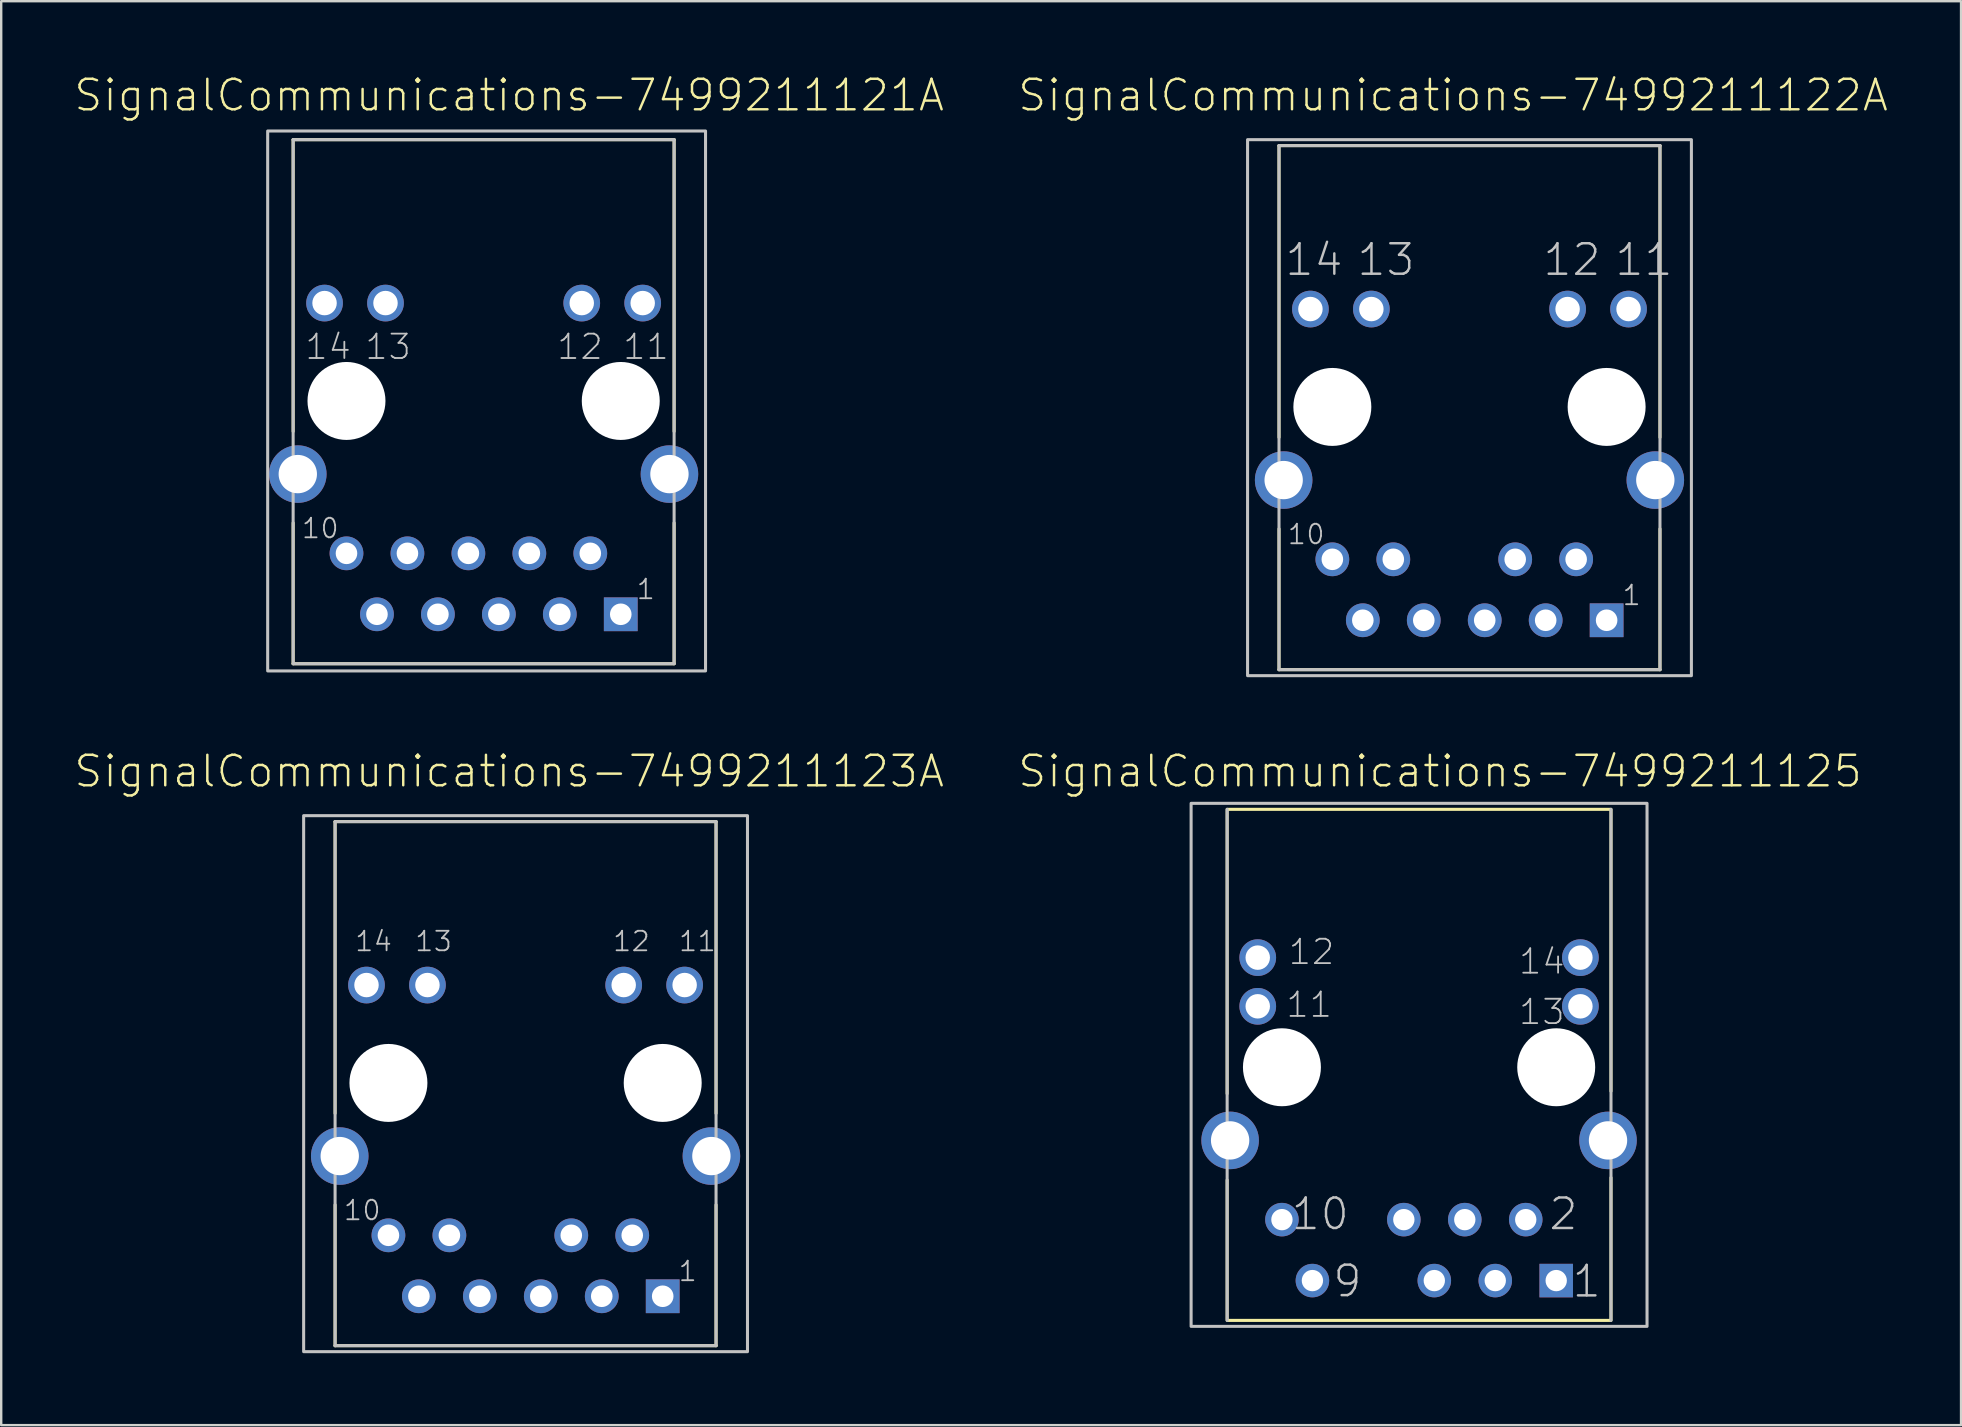
<source format=kicad_pcb>
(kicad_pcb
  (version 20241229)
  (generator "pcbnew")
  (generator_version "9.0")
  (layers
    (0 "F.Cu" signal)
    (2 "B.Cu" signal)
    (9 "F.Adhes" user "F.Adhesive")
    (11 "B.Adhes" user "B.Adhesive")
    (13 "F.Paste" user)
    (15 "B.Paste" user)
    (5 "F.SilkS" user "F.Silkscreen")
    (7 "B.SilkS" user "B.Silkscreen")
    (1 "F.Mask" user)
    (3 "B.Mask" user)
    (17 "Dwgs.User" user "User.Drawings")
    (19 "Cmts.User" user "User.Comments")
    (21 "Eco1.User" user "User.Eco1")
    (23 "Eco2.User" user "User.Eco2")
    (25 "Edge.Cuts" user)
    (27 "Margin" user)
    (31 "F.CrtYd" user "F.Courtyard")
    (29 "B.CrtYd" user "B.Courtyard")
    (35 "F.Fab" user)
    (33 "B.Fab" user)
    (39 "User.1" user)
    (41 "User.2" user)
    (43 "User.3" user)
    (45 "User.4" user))
  (footprint "SignalCommunications-7499211121A"
    (layer "F.Cu")
    (at 17.104 13.659)
    (property "Reference" "SignalCommunications-7499211121A" (at 1.064 -12.738 0) (layer "F.SilkS") (effects (font (size 1.27 1.27) (thickness 0.102))))
    (attr exclude_from_pos_files exclude_from_bom)
    (fp_line (start -7.938 1.27) (end -7.938 -10.889) (stroke (width 0.127) (type solid)) (layer "F.SilkS"))
    (fp_line (start -7.938 10.95) (end -7.938 5.08) (stroke (width 0.127) (type solid)) (layer "F.SilkS"))
    (fp_line (start -7.938 10.95) (end 7.938 10.95) (stroke (width 0.127) (type solid)) (layer "F.SilkS"))
    (fp_line (start 7.938 -10.889) (end -7.938 -10.889) (stroke (width 0.127) (type solid)) (layer "F.SilkS"))
    (fp_line (start 7.938 -10.889) (end 7.938 1.27) (stroke (width 0.127) (type solid)) (layer "F.SilkS"))
    (fp_line (start 7.938 5.08) (end 7.938 10.95) (stroke (width 0.127) (type solid)) (layer "F.SilkS"))
    (fp_line (start -7.938 -10.889) (end -7.938 10.95) (stroke (width 0.127) (type solid)) (layer "Dwgs.User"))
    (fp_line (start -7.938 -10.889) (end 7.938 -10.889) (stroke (width 0.127) (type solid)) (layer "Dwgs.User"))
    (fp_line (start -7.938 10.95) (end 7.938 10.95) (stroke (width 0.127) (type solid)) (layer "Dwgs.User"))
    (fp_line (start 7.938 10.95) (end 7.938 -10.889) (stroke (width 0.127) (type solid)) (layer "Dwgs.User"))
    (fp_poly (pts (xy -8.999 -11.25) (xy 9.248 -11.25) (xy 9.248 11.25) (xy -8.999 11.25) (xy -8.999 -11.25)) (stroke (width 0.127) (type solid)) (fill no) (layer "Dwgs.User"))
    (fp_text user "10" (at -6.807 5.309 0) (layer "Dwgs.User") (effects (font (size 0.813 0.813) (thickness 0.076))))
    (fp_text user "14" (at -6.482 -2.256 0) (layer "Dwgs.User") (effects (font (size 1.016 1.016) (thickness 0.076))))
    (fp_text user "12" (at 4.016 -2.256 0) (layer "Dwgs.User") (effects (font (size 1.016 1.016) (thickness 0.076))))
    (fp_text user "13" (at -3.983 -2.256 0) (layer "Dwgs.User") (effects (font (size 1.016 1.016) (thickness 0.076))))
    (fp_text user "11" (at 6.764 -2.256 0) (layer "Dwgs.User") (effects (font (size 1.016 1.016) (thickness 0.076))))
    (fp_text user "1" (at 6.756 7.849 0) (layer "Dwgs.User") (effects (font (size 0.813 0.813) (thickness 0.076))))
    (pad "" np_thru_hole circle (at -5.715 0) (size 3.249 3.249) (drill 3.249) (layers "*.Cu" "*.Mask"))
    (pad "" np_thru_hole circle (at 5.715 0) (size 3.249 3.249) (drill 3.249) (layers "*.Cu" "*.Mask"))
    (pad "1" thru_hole rect (at 5.715 8.89) (size 1.407 1.407) (drill 0.899) (layers "*.Cu" "*.Paste" "*.Mask"))
    (pad "2" thru_hole circle (at 4.445 6.35) (size 1.407 1.407) (drill 0.899) (layers "*.Cu" "*.Paste" "*.Mask"))
    (pad "3" thru_hole circle (at 3.175 8.89) (size 1.407 1.407) (drill 0.899) (layers "*.Cu" "*.Paste" "*.Mask"))
    (pad "4" thru_hole circle (at 1.905 6.35) (size 1.407 1.407) (drill 0.899) (layers "*.Cu" "*.Paste" "*.Mask"))
    (pad "5" thru_hole circle (at 0.635 8.89) (size 1.407 1.407) (drill 0.899) (layers "*.Cu" "*.Paste" "*.Mask"))
    (pad "6" thru_hole circle (at -0.635 6.35) (size 1.407 1.407) (drill 0.899) (layers "*.Cu" "*.Paste" "*.Mask"))
    (pad "7" thru_hole circle (at -1.905 8.89) (size 1.407 1.407) (drill 0.899) (layers "*.Cu" "*.Paste" "*.Mask"))
    (pad "8" thru_hole circle (at -3.175 6.35) (size 1.407 1.407) (drill 0.899) (layers "*.Cu" "*.Paste" "*.Mask"))
    (pad "9" thru_hole circle (at -4.445 8.89) (size 1.407 1.407) (drill 0.899) (layers "*.Cu" "*.Paste" "*.Mask"))
    (pad "10" thru_hole circle (at -5.715 6.35) (size 1.407 1.407) (drill 0.899) (layers "*.Cu" "*.Paste" "*.Mask"))
    (pad "11" thru_hole circle (at 6.629 -4.079) (size 1.529 1.529) (drill 1.019) (layers "*.Cu" "*.Paste" "*.Mask"))
    (pad "12" thru_hole circle (at 4.089 -4.079) (size 1.529 1.529) (drill 1.019) (layers "*.Cu" "*.Paste" "*.Mask"))
    (pad "13" thru_hole circle (at -4.089 -4.079) (size 1.529 1.529) (drill 1.019) (layers "*.Cu" "*.Paste" "*.Mask"))
    (pad "14" thru_hole circle (at -6.629 -4.079) (size 1.529 1.529) (drill 1.019) (layers "*.Cu" "*.Paste" "*.Mask"))
    (pad "Z1" thru_hole circle (at -7.744 3.048) (size 2.398 2.398) (drill 1.598) (layers "*.Cu" "*.Paste" "*.Mask"))
    (pad "Z2" thru_hole circle (at 7.744 3.048) (size 2.398 2.398) (drill 1.598) (layers "*.Cu" "*.Paste" "*.Mask")))
  (footprint "SignalCommunications-7499211122A"
    (layer "F.Cu")
    (at 58.188 13.908)
    (property "Reference" "SignalCommunications-7499211122A" (at -0.683 -12.987 0) (layer "F.SilkS") (effects (font (size 1.27 1.27) (thickness 0.102))))
    (attr exclude_from_pos_files exclude_from_bom)
    (fp_line (start -7.938 1.27) (end -7.938 -10.889) (stroke (width 0.127) (type solid)) (layer "F.SilkS"))
    (fp_line (start -7.938 10.95) (end -7.938 5.08) (stroke (width 0.127) (type solid)) (layer "F.SilkS"))
    (fp_line (start -7.938 10.95) (end 7.938 10.95) (stroke (width 0.127) (type solid)) (layer "F.SilkS"))
    (fp_line (start 7.938 -10.889) (end -7.938 -10.889) (stroke (width 0.127) (type solid)) (layer "F.SilkS"))
    (fp_line (start 7.938 -10.889) (end 7.938 1.27) (stroke (width 0.127) (type solid)) (layer "F.SilkS"))
    (fp_line (start 7.938 5.08) (end 7.938 10.95) (stroke (width 0.127) (type solid)) (layer "F.SilkS"))
    (fp_line (start -7.938 -10.889) (end -7.938 10.95) (stroke (width 0.127) (type solid)) (layer "Dwgs.User"))
    (fp_line (start -7.938 -10.889) (end 7.938 -10.889) (stroke (width 0.127) (type solid)) (layer "Dwgs.User"))
    (fp_line (start -7.938 10.95) (end 7.938 10.95) (stroke (width 0.127) (type solid)) (layer "Dwgs.User"))
    (fp_line (start 7.938 10.95) (end 7.938 -10.889) (stroke (width 0.127) (type solid)) (layer "Dwgs.User"))
    (fp_poly (pts (xy -9.248 -11.138) (xy 9.248 -11.138) (xy 9.248 11.199) (xy -9.248 11.199) (xy -9.248 -11.138)) (stroke (width 0.127) (type solid)) (fill no) (layer "Dwgs.User"))
    (fp_text user "10" (at -6.807 5.309 0) (layer "Dwgs.User") (effects (font (size 0.813 0.813) (thickness 0.076))))
    (fp_text user "11" (at 7.269 -6.134 0) (layer "Dwgs.User") (effects (font (size 1.27 1.27) (thickness 0.102))))
    (fp_text user "1" (at 6.756 7.849 0) (layer "Dwgs.User") (effects (font (size 0.813 0.813) (thickness 0.076))))
    (fp_text user "12" (at 4.27 -6.134 0) (layer "Dwgs.User") (effects (font (size 1.27 1.27) (thickness 0.102))))
    (fp_text user "13" (at -3.48 -6.134 0) (layer "Dwgs.User") (effects (font (size 1.27 1.27) (thickness 0.102))))
    (fp_text user "14" (at -6.48 -6.134 0) (layer "Dwgs.User") (effects (font (size 1.27 1.27) (thickness 0.102))))
    (pad "" np_thru_hole circle (at -5.715 0) (size 3.249 3.249) (drill 3.249) (layers "*.Cu" "*.Mask"))
    (pad "" np_thru_hole circle (at 5.715 0) (size 3.249 3.249) (drill 3.249) (layers "*.Cu" "*.Mask"))
    (pad "1" thru_hole rect (at 5.715 8.89) (size 1.407 1.407) (drill 0.899) (layers "*.Cu" "*.Paste" "*.Mask"))
    (pad "2" thru_hole circle (at 4.445 6.35) (size 1.407 1.407) (drill 0.899) (layers "*.Cu" "*.Paste" "*.Mask"))
    (pad "3" thru_hole circle (at 3.175 8.89) (size 1.407 1.407) (drill 0.899) (layers "*.Cu" "*.Paste" "*.Mask"))
    (pad "4" thru_hole circle (at 1.905 6.35) (size 1.407 1.407) (drill 0.899) (layers "*.Cu" "*.Paste" "*.Mask"))
    (pad "5" thru_hole circle (at 0.635 8.89) (size 1.407 1.407) (drill 0.899) (layers "*.Cu" "*.Paste" "*.Mask"))
    (pad "7" thru_hole circle (at -1.905 8.89) (size 1.407 1.407) (drill 0.899) (layers "*.Cu" "*.Paste" "*.Mask"))
    (pad "8" thru_hole circle (at -3.175 6.35) (size 1.407 1.407) (drill 0.899) (layers "*.Cu" "*.Paste" "*.Mask"))
    (pad "9" thru_hole circle (at -4.445 8.89) (size 1.407 1.407) (drill 0.899) (layers "*.Cu" "*.Paste" "*.Mask"))
    (pad "10" thru_hole circle (at -5.715 6.35) (size 1.407 1.407) (drill 0.899) (layers "*.Cu" "*.Paste" "*.Mask"))
    (pad "11" thru_hole circle (at 6.629 -4.079) (size 1.529 1.529) (drill 1.019) (layers "*.Cu" "*.Paste" "*.Mask"))
    (pad "12" thru_hole circle (at 4.089 -4.079) (size 1.529 1.529) (drill 1.019) (layers "*.Cu" "*.Paste" "*.Mask"))
    (pad "13" thru_hole circle (at -4.089 -4.079) (size 1.529 1.529) (drill 1.019) (layers "*.Cu" "*.Paste" "*.Mask"))
    (pad "14" thru_hole circle (at -6.629 -4.079) (size 1.529 1.529) (drill 1.019) (layers "*.Cu" "*.Paste" "*.Mask"))
    (pad "Z1" thru_hole circle (at -7.744 3.048) (size 2.398 2.398) (drill 1.598) (layers "*.Cu" "*.Paste" "*.Mask"))
    (pad "Z2" thru_hole circle (at 7.744 3.048) (size 2.398 2.398) (drill 1.598) (layers "*.Cu" "*.Paste" "*.Mask")))
  (footprint "SignalCommunications-7499211123A"
    (layer "F.Cu")
    (at 18.852 42.079)
    (property "Reference" "SignalCommunications-7499211123A" (at -0.683 -12.987 0) (layer "F.SilkS") (effects (font (size 1.27 1.27) (thickness 0.102))))
    (attr exclude_from_pos_files exclude_from_bom)
    (fp_line (start -7.938 1.27) (end -7.938 -10.889) (stroke (width 0.127) (type solid)) (layer "F.SilkS"))
    (fp_line (start -7.938 10.95) (end -7.938 5.08) (stroke (width 0.127) (type solid)) (layer "F.SilkS"))
    (fp_line (start -7.938 10.95) (end 7.938 10.95) (stroke (width 0.127) (type solid)) (layer "F.SilkS"))
    (fp_line (start 7.938 -10.889) (end -7.938 -10.889) (stroke (width 0.127) (type solid)) (layer "F.SilkS"))
    (fp_line (start 7.938 -10.889) (end 7.938 1.27) (stroke (width 0.127) (type solid)) (layer "F.SilkS"))
    (fp_line (start 7.938 5.08) (end 7.938 10.95) (stroke (width 0.127) (type solid)) (layer "F.SilkS"))
    (fp_line (start -7.938 -10.889) (end -7.938 10.95) (stroke (width 0.127) (type solid)) (layer "Dwgs.User"))
    (fp_line (start -7.938 -10.889) (end 7.938 -10.889) (stroke (width 0.127) (type solid)) (layer "Dwgs.User"))
    (fp_line (start -7.938 10.95) (end 7.938 10.95) (stroke (width 0.127) (type solid)) (layer "Dwgs.User"))
    (fp_line (start 7.938 10.95) (end 7.938 -10.889) (stroke (width 0.127) (type solid)) (layer "Dwgs.User"))
    (fp_poly (pts (xy -9.248 -11.138) (xy 9.248 -11.138) (xy 9.248 11.199) (xy -9.248 11.199) (xy -9.248 -11.138)) (stroke (width 0.127) (type solid)) (fill no) (layer "Dwgs.User"))
    (fp_text user "14" (at -6.335 -5.9 0) (layer "Dwgs.User") (effects (font (size 0.813 0.813) (thickness 0.076))))
    (fp_text user "13" (at -3.835 -5.9 0) (layer "Dwgs.User") (effects (font (size 0.813 0.813) (thickness 0.076))))
    (fp_text user "12" (at 4.412 -5.9 0) (layer "Dwgs.User") (effects (font (size 0.813 0.813) (thickness 0.076))))
    (fp_text user "11" (at 7.16 -5.9 0) (layer "Dwgs.User") (effects (font (size 0.813 0.813) (thickness 0.076))))
    (fp_text user "1" (at 6.756 7.849 0) (layer "Dwgs.User") (effects (font (size 0.813 0.813) (thickness 0.076))))
    (fp_text user "10" (at -6.807 5.309 0) (layer "Dwgs.User") (effects (font (size 0.813 0.813) (thickness 0.076))))
    (pad "" np_thru_hole circle (at -5.715 0) (size 3.249 3.249) (drill 3.249) (layers "*.Cu" "*.Mask"))
    (pad "" np_thru_hole circle (at 5.715 0) (size 3.249 3.249) (drill 3.249) (layers "*.Cu" "*.Mask"))
    (pad "1" thru_hole rect (at 5.715 8.89) (size 1.407 1.407) (drill 0.899) (layers "*.Cu" "*.Paste" "*.Mask"))
    (pad "2" thru_hole circle (at 4.445 6.35) (size 1.407 1.407) (drill 0.899) (layers "*.Cu" "*.Paste" "*.Mask"))
    (pad "3" thru_hole circle (at 3.175 8.89) (size 1.407 1.407) (drill 0.899) (layers "*.Cu" "*.Paste" "*.Mask"))
    (pad "4" thru_hole circle (at 1.905 6.35) (size 1.407 1.407) (drill 0.899) (layers "*.Cu" "*.Paste" "*.Mask"))
    (pad "5" thru_hole circle (at 0.635 8.89) (size 1.407 1.407) (drill 0.899) (layers "*.Cu" "*.Paste" "*.Mask"))
    (pad "7" thru_hole circle (at -1.905 8.89) (size 1.407 1.407) (drill 0.899) (layers "*.Cu" "*.Paste" "*.Mask"))
    (pad "8" thru_hole circle (at -3.175 6.35) (size 1.407 1.407) (drill 0.899) (layers "*.Cu" "*.Paste" "*.Mask"))
    (pad "9" thru_hole circle (at -4.445 8.89) (size 1.407 1.407) (drill 0.899) (layers "*.Cu" "*.Paste" "*.Mask"))
    (pad "10" thru_hole circle (at -5.715 6.35) (size 1.407 1.407) (drill 0.899) (layers "*.Cu" "*.Paste" "*.Mask"))
    (pad "11" thru_hole circle (at 6.629 -4.079) (size 1.529 1.529) (drill 1.019) (layers "*.Cu" "*.Paste" "*.Mask"))
    (pad "12" thru_hole circle (at 4.089 -4.079) (size 1.529 1.529) (drill 1.019) (layers "*.Cu" "*.Paste" "*.Mask"))
    (pad "13" thru_hole circle (at -4.089 -4.079) (size 1.529 1.529) (drill 1.019) (layers "*.Cu" "*.Paste" "*.Mask"))
    (pad "14" thru_hole circle (at -6.629 -4.079) (size 1.529 1.529) (drill 1.019) (layers "*.Cu" "*.Paste" "*.Mask"))
    (pad "Z1" thru_hole circle (at -7.744 3.048) (size 2.398 2.398) (drill 1.598) (layers "*.Cu" "*.Paste" "*.Mask"))
    (pad "Z2" thru_hole circle (at 7.744 3.048) (size 2.398 2.398) (drill 1.598) (layers "*.Cu" "*.Paste" "*.Mask")))
  (footprint "SignalCommunications-7499211125"
    (layer "F.Cu")
    (at 56.087 41.426)
    (property "Reference" "SignalCommunications-7499211125" (at 0.874 -12.334 0) (layer "F.SilkS") (effects (font (size 1.27 1.27) (thickness 0.102))))
    (attr exclude_from_pos_files exclude_from_bom)
    (fp_line (start -7.998 -10.749) (end 7.998 -10.749) (stroke (width 0.127) (type solid)) (layer "F.SilkS"))
    (fp_line (start -7.998 1.1) (end -7.998 -10.698) (stroke (width 0.127) (type solid)) (layer "F.SilkS"))
    (fp_line (start -7.998 10.498) (end -7.998 4.699) (stroke (width 0.127) (type solid)) (layer "F.SilkS"))
    (fp_line (start 7.998 0.998) (end 7.998 -10.698) (stroke (width 0.127) (type solid)) (layer "F.SilkS"))
    (fp_line (start 7.998 10.498) (end 7.998 4.6) (stroke (width 0.127) (type solid)) (layer "F.SilkS"))
    (fp_line (start 7.998 10.549) (end -7.998 10.549) (stroke (width 0.127) (type solid)) (layer "F.SilkS"))
    (fp_line (start -7.998 10.549) (end -7.998 -10.749) (stroke (width 0.127) (type solid)) (layer "Dwgs.User"))
    (fp_line (start 7.998 -10.749) (end 7.998 10.549) (stroke (width 0.127) (type solid)) (layer "Dwgs.User"))
    (fp_poly (pts (xy 9.5 10.798) (xy -9.5 10.798) (xy -9.5 -10.998) (xy 9.5 -10.998) (xy 9.5 10.798)) (stroke (width 0.127) (type solid)) (fill no) (layer "Dwgs.User"))
    (fp_text user "2" (at 6.015 6.114 180) (layer "Dwgs.User") (effects (font (size 1.27 1.27) (thickness 0.102))))
    (fp_text user "10" (at -4.12 6.114 180) (layer "Dwgs.User") (effects (font (size 1.27 1.27) (thickness 0.102))))
    (fp_text user "13" (at 5.116 -2.306 0) (layer "Dwgs.User") (effects (font (size 1.016 1.016) (thickness 0.076))))
    (fp_text user "9" (at -2.985 8.913 180) (layer "Dwgs.User") (effects (font (size 1.27 1.27) (thickness 0.102))))
    (fp_text user "12" (at -4.483 -4.806 0) (layer "Dwgs.User") (effects (font (size 1.016 1.016) (thickness 0.076))))
    (fp_text user "11" (at -4.582 -2.606 0) (layer "Dwgs.User") (effects (font (size 1.016 1.016) (thickness 0.076))))
    (fp_text user "1" (at 6.985 8.923 180) (layer "Dwgs.User") (effects (font (size 1.27 1.27) (thickness 0.102))))
    (fp_text user "14" (at 5.116 -4.407 0) (layer "Dwgs.User") (effects (font (size 1.016 1.016) (thickness 0.076))))
    (pad "" np_thru_hole circle (at -5.715 0) (size 3.249 3.249) (drill 3.249) (layers "*.Cu" "*.Mask"))
    (pad "" np_thru_hole circle (at 5.715 0) (size 3.249 3.249) (drill 3.249) (layers "*.Cu" "*.Mask"))
    (pad "1" thru_hole rect (at 5.715 8.89) (size 1.397 1.397) (drill 0.889) (layers "*.Cu" "*.Paste" "*.Mask"))
    (pad "2" thru_hole circle (at 4.445 6.35) (size 1.397 1.397) (drill 0.889) (layers "*.Cu" "*.Paste" "*.Mask"))
    (pad "3" thru_hole circle (at 3.175 8.89) (size 1.397 1.397) (drill 0.889) (layers "*.Cu" "*.Paste" "*.Mask"))
    (pad "4" thru_hole circle (at 1.905 6.35) (size 1.397 1.397) (drill 0.889) (layers "*.Cu" "*.Paste" "*.Mask"))
    (pad "5" thru_hole circle (at 0.635 8.89) (size 1.397 1.397) (drill 0.889) (layers "*.Cu" "*.Paste" "*.Mask"))
    (pad "6" thru_hole circle (at -0.635 6.35) (size 1.397 1.397) (drill 0.889) (layers "*.Cu" "*.Paste" "*.Mask"))
    (pad "9" thru_hole circle (at -4.445 8.89) (size 1.397 1.397) (drill 0.889) (layers "*.Cu" "*.Paste" "*.Mask"))
    (pad "10" thru_hole circle (at -5.715 6.35) (size 1.397 1.397) (drill 0.889) (layers "*.Cu" "*.Paste" "*.Mask"))
    (pad "11" thru_hole circle (at -6.723 -2.54) (size 1.529 1.529) (drill 1.019) (layers "*.Cu" "*.Paste" "*.Mask"))
    (pad "12" thru_hole circle (at -6.723 -4.569) (size 1.529 1.529) (drill 1.019) (layers "*.Cu" "*.Paste" "*.Mask"))
    (pad "13" thru_hole circle (at 6.723 -2.54) (size 1.529 1.529) (drill 1.019) (layers "*.Cu" "*.Paste" "*.Mask"))
    (pad "14" thru_hole circle (at 6.723 -4.569) (size 1.529 1.529) (drill 1.019) (layers "*.Cu" "*.Paste" "*.Mask"))
    (pad "Z3" thru_hole circle (at -7.874 3.048) (size 2.398 2.398) (drill 1.598) (layers "*.Cu" "*.Paste" "*.Mask"))
    (pad "Z4" thru_hole circle (at 7.874 3.048) (size 2.398 2.398) (drill 1.598) (layers "*.Cu" "*.Paste" "*.Mask")))
  (gr_rect
    (start -3 -3)
    (end 78.673 56.341)
    (stroke (width 0.1) (type default))
    (fill no)
    (layer "Edge.Cuts")))
</source>
